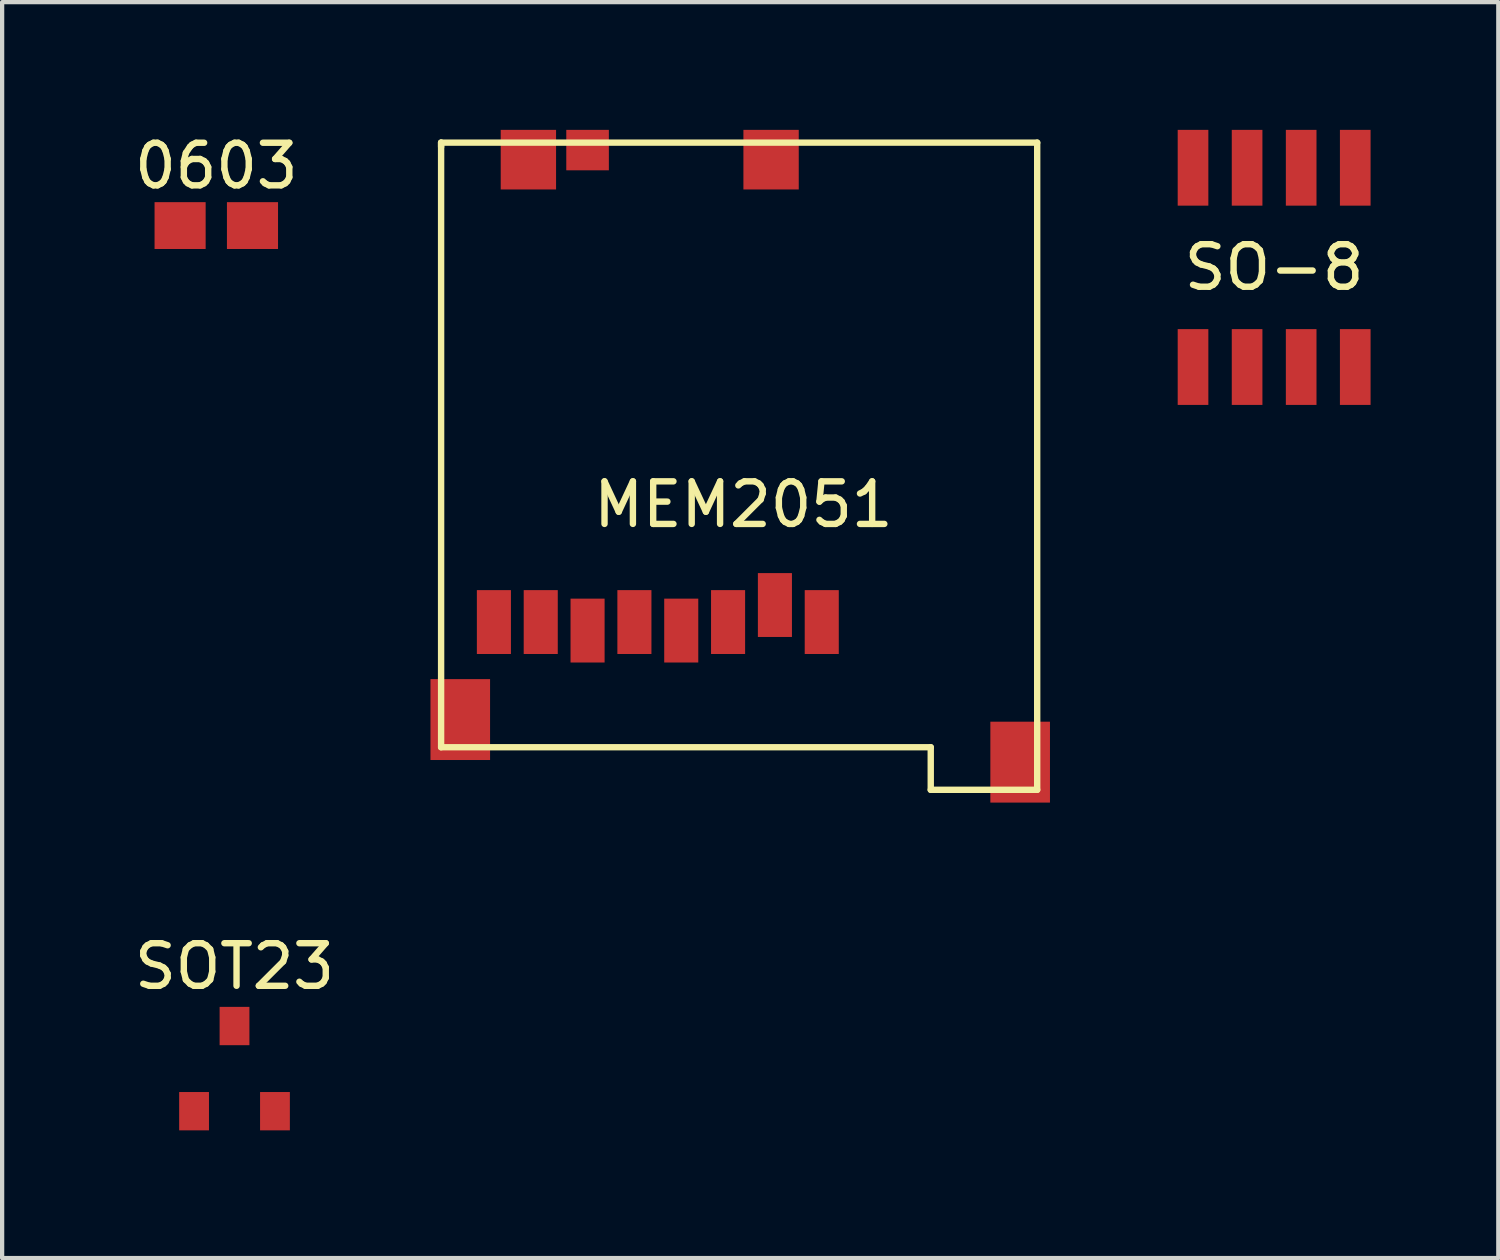
<source format=kicad_pcb>
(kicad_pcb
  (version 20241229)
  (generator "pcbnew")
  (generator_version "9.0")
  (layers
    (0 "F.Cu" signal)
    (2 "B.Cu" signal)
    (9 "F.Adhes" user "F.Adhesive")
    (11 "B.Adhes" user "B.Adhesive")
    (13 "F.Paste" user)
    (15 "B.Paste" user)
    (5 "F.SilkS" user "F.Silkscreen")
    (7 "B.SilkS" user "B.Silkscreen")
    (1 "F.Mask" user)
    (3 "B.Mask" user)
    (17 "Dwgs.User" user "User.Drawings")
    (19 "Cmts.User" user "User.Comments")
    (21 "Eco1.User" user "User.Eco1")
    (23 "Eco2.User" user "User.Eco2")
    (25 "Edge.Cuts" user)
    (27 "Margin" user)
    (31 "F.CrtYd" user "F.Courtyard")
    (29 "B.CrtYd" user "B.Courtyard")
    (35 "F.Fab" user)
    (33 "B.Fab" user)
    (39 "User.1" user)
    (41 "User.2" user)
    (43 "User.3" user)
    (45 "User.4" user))
  (footprint "SO-8"
    (layer "F.Cu")
    (at 26.875 3.23)
    (property "Reference" "SO-8" (at 0 0 0) (layer "F.SilkS") (effects (font (size 1 1) (thickness 0.15))))
    (attr through_hole)
    (pad "1" smd rect (at -1.905 2.34) (size 0.72 1.78) (layers "F.Cu" "F.Mask" "F.Paste"))
    (pad "2" smd rect (at -0.635 2.34) (size 0.72 1.78) (layers "F.Cu" "F.Mask" "F.Paste"))
    (pad "3" smd rect (at 0.635 2.34) (size 0.72 1.78) (layers "F.Cu" "F.Mask" "F.Paste"))
    (pad "4" smd rect (at 1.905 2.34) (size 0.72 1.78) (layers "F.Cu" "F.Mask" "F.Paste"))
    (pad "5" smd rect (at 1.905 -2.34) (size 0.72 1.78) (layers "F.Cu" "F.Mask" "F.Paste"))
    (pad "6" smd rect (at 0.635 -2.34) (size 0.72 1.78) (layers "F.Cu" "F.Mask" "F.Paste"))
    (pad "7" smd rect (at -0.635 -2.34) (size 0.72 1.78) (layers "F.Cu" "F.Mask" "F.Paste"))
    (pad "8" smd rect (at -1.905 -2.34) (size 0.72 1.78) (layers "F.Cu" "F.Mask" "F.Paste")))
  (footprint "MEM2051"
    (layer "F.Cu")
    (at 7.31 0.3)
    (property "Reference" "MEM2051" (at 7.1 8.5 0) (layer "F.SilkS") (effects (font (size 1 1) (thickness 0.15))))
    (attr through_hole)
    (fp_line (start 0 0) (end 0 0.1) (stroke (width 0.15) (type solid)) (layer "F.SilkS"))
    (fp_line (start 0 0) (end 14 0) (stroke (width 0.15) (type solid)) (layer "F.SilkS"))
    (fp_line (start 0 14.2) (end 0 0) (stroke (width 0.15) (type solid)) (layer "F.SilkS"))
    (fp_line (start 11.5 14.2) (end 0 14.2) (stroke (width 0.15) (type solid)) (layer "F.SilkS"))
    (fp_line (start 11.5 15.2) (end 11.5 14.2) (stroke (width 0.15) (type solid)) (layer "F.SilkS"))
    (fp_line (start 14 0) (end 14 15.2) (stroke (width 0.15) (type solid)) (layer "F.SilkS"))
    (fp_line (start 14 15.2) (end 11.5 15.2) (stroke (width 0.15) (type solid)) (layer "F.SilkS"))
    (pad "" smd rect (at 0.45 13.55) (size 1.4 1.9) (layers "F.Cu" "F.Mask" "F.Paste"))
    (pad "" smd rect (at 2.05 0.4) (size 1.3 1.4) (layers "F.Cu" "F.Mask" "F.Paste"))
    (pad "" smd rect (at 7.75 0.4) (size 1.3 1.4) (layers "F.Cu" "F.Mask" "F.Paste"))
    (pad "" smd rect (at 13.6 14.55) (size 1.4 1.9) (layers "F.Cu" "F.Mask" "F.Paste"))
    (pad "1" smd rect (at 8.94 11.26) (size 0.8 1.5) (layers "F.Cu" "F.Mask" "F.Paste"))
    (pad "2" smd rect (at 7.84 10.86) (size 0.8 1.5) (layers "F.Cu" "F.Mask" "F.Paste"))
    (pad "3" smd rect (at 6.74 11.26) (size 0.8 1.5) (layers "F.Cu" "F.Mask" "F.Paste"))
    (pad "4" smd rect (at 5.64 11.46) (size 0.8 1.5) (layers "F.Cu" "F.Mask" "F.Paste"))
    (pad "5" smd rect (at 4.54 11.26) (size 0.8 1.5) (layers "F.Cu" "F.Mask" "F.Paste"))
    (pad "6" smd rect (at 3.44 11.46) (size 0.8 1.5) (layers "F.Cu" "F.Mask" "F.Paste"))
    (pad "7" smd rect (at 2.34 11.26) (size 0.8 1.5) (layers "F.Cu" "F.Mask" "F.Paste"))
    (pad "8" smd rect (at 1.24 11.26) (size 0.8 1.5) (layers "F.Cu" "F.Mask" "F.Paste"))
    (pad "CD" smd rect (at 3.44 0.175) (size 1 0.95) (layers "F.Cu" "F.Mask" "F.Paste")))
  (footprint "0603"
    (layer "F.Cu")
    (at 2.03 2.248)
    (property "Reference" "0603" (at 0 -1.4 0) (layer "F.SilkS") (effects (font (size 1 1) (thickness 0.15))))
    (attr through_hole)
    (pad "1" smd rect (at -0.85 0) (size 1.2 1.1) (layers "F.Cu" "F.Mask" "F.Paste"))
    (pad "2" smd rect (at 0.85 0) (size 1.2 1.1) (layers "F.Cu" "F.Mask" "F.Paste")))
  (footprint "SOT23"
    (layer "F.Cu")
    (at 2.458 22.048)
    (property "Reference" "SOT23" (at 0 -2.4 0) (layer "F.SilkS") (effects (font (size 1 1) (thickness 0.15))))
    (attr through_hole)
    (pad "1" smd rect (at -0.95 1) (size 0.7 0.9) (layers "F.Cu" "F.Mask" "F.Paste"))
    (pad "2" smd rect (at 0.95 1) (size 0.7 0.9) (layers "F.Cu" "F.Mask" "F.Paste"))
    (pad "3" smd rect (at 0 -1) (size 0.7 0.9) (layers "F.Cu" "F.Mask" "F.Paste")))
  (gr_rect
    (start -3 -3)
    (end 32.14 26.498)
    (stroke (width 0.1) (type default))
    (fill no)
    (layer "Edge.Cuts")))
</source>
